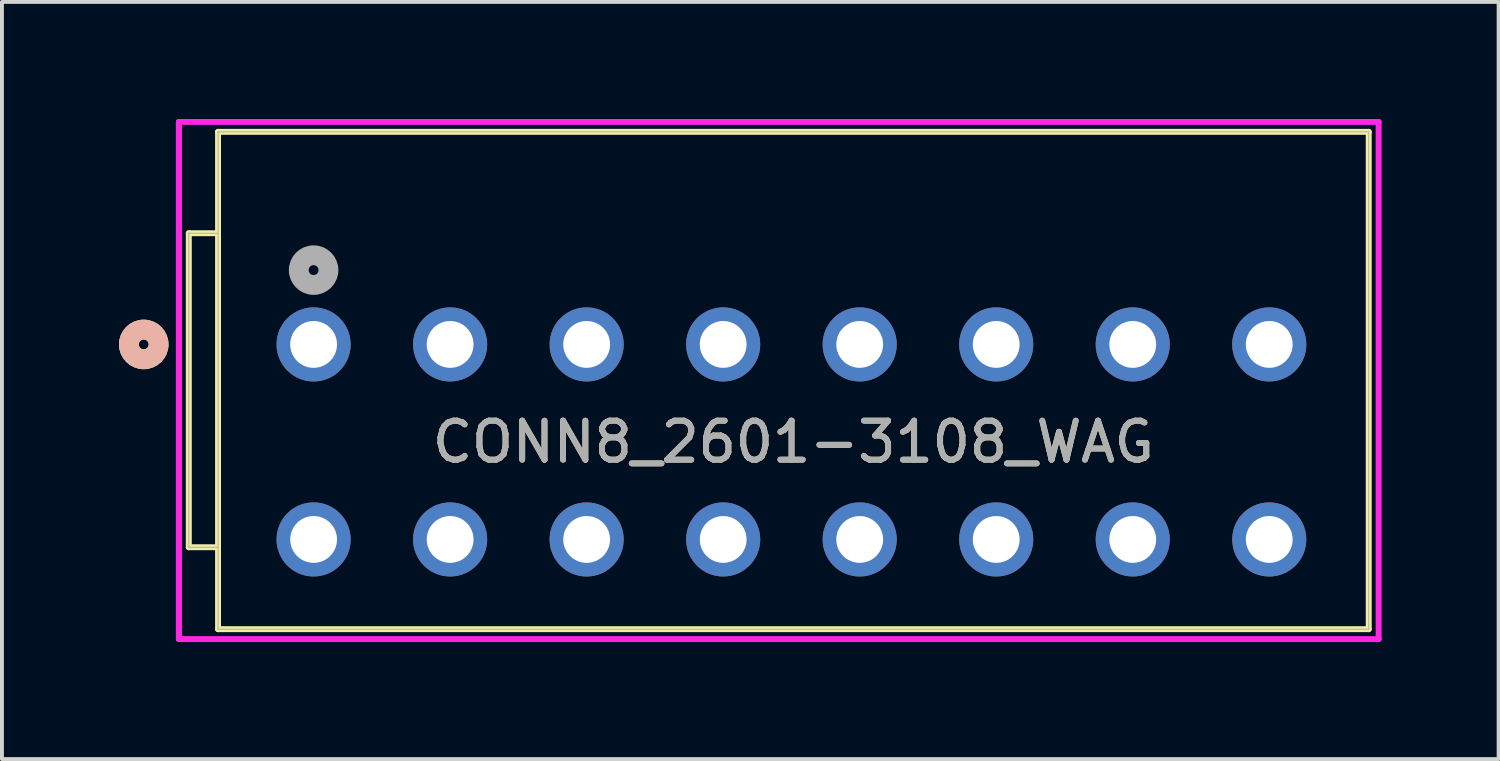
<source format=kicad_pcb>
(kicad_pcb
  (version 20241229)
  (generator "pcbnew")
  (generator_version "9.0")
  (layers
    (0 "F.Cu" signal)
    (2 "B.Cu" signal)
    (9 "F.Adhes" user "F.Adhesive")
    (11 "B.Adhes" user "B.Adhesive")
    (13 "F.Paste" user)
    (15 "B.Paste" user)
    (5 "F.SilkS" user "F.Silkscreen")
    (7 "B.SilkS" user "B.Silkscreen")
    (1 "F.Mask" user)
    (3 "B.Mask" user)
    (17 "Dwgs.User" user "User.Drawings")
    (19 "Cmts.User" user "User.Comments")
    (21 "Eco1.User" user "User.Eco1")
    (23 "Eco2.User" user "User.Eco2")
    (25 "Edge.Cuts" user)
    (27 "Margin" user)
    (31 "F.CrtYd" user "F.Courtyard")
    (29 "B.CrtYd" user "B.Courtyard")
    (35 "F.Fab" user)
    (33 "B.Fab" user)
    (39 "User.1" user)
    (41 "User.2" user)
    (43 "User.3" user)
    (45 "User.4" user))
  (footprint "CONN8_2601-3108_WAG"
    (layer "F.Cu")
    (at 4.99 5.78)
    (property "Reference" "CONN8_2601-3108_WAG" (at 12.3 2.5 0) (unlocked yes) (layer "F.SilkS") (effects (font (size 1 1) (thickness 0.15))))
    (attr through_hole)
    (fp_line (start -3.2 5.2) (end -3.2 -2.85) (stroke (width 0.152) (type solid)) (layer "F.SilkS"))
    (fp_line (start -2.45 -2.85) (end -3.2 -2.85) (stroke (width 0.152) (type solid)) (layer "F.SilkS"))
    (fp_line (start -2.45 5.2) (end -3.2 5.2) (stroke (width 0.152) (type solid)) (layer "F.SilkS"))
    (fp_line (start -2.45 -5.45) (end 27.05 -5.45) (stroke (width 0.152) (type solid)) (layer "F.SilkS"))
    (fp_line (start -2.45 7.3) (end -2.45 -5.45) (stroke (width 0.152) (type solid)) (layer "F.SilkS"))
    (fp_line (start -2.45 7.3) (end 27.05 7.3) (stroke (width 0.152) (type solid)) (layer "F.SilkS"))
    (fp_line (start 27.05 -5.45) (end 27.05 7.3) (stroke (width 0.152) (type solid)) (layer "F.SilkS"))
    (fp_circle (center -4.355 0) (end -3.974 0) (stroke (width 0.508) (type solid)) (fill no) (layer "F.SilkS"))
    (fp_circle (center -4.355 0) (end -3.974 0) (stroke (width 0.508) (type solid)) (fill no) (layer "B.SilkS"))
    (fp_line (start -3.454 -5.704) (end -3.454 7.554) (stroke (width 0.152) (type solid)) (layer "F.CrtYd"))
    (fp_line (start -3.454 -5.704) (end -3.454 7.554) (stroke (width 0.152) (type solid)) (layer "F.CrtYd"))
    (fp_line (start -3.454 7.554) (end 27.304 7.554) (stroke (width 0.152) (type solid)) (layer "F.CrtYd"))
    (fp_line (start 27.304 -5.704) (end -3.454 -5.704) (stroke (width 0.152) (type solid)) (layer "F.CrtYd"))
    (fp_line (start 27.304 7.554) (end 27.304 -5.704) (stroke (width 0.152) (type solid)) (layer "F.CrtYd"))
    (fp_line (start -3.2 5.2) (end -3.2 -2.85) (stroke (width 0.025) (type solid)) (layer "F.Fab"))
    (fp_line (start -2.45 -2.85) (end -3.2 -2.85) (stroke (width 0.025) (type solid)) (layer "F.Fab"))
    (fp_line (start -2.45 5.2) (end -3.2 5.2) (stroke (width 0.025) (type solid)) (layer "F.Fab"))
    (fp_line (start -2.45 -5.45) (end 27.05 -5.45) (stroke (width 0.025) (type solid)) (layer "F.Fab"))
    (fp_line (start -2.45 7.3) (end -2.45 -5.45) (stroke (width 0.025) (type solid)) (layer "F.Fab"))
    (fp_line (start -2.45 7.3) (end 27.05 7.3) (stroke (width 0.025) (type solid)) (layer "F.Fab"))
    (fp_line (start 27.05 -5.45) (end 27.05 7.3) (stroke (width 0.025) (type solid)) (layer "F.Fab"))
    (fp_circle (center 0 -1.905) (end 0.381 -1.905) (stroke (width 0.508) (type solid)) (fill no) (layer "F.Fab"))
    (fp_text user "${REFERENCE}" (at 12.3 2.5 0) (unlocked yes) (layer "F.Fab") (effects (font (size 1 1) (thickness 0.15))))
    (pad "1" thru_hole circle (at 0 0) (size 1.9 1.9) (drill 1.2) (layers "*.Cu" "*.Mask"))
    (pad "2" thru_hole circle (at 0 5) (size 1.9 1.9) (drill 1.2) (layers "*.Cu" "*.Mask"))
    (pad "3" thru_hole circle (at 3.5 0) (size 1.9 1.9) (drill 1.2) (layers "*.Cu" "*.Mask"))
    (pad "4" thru_hole circle (at 3.5 5) (size 1.9 1.9) (drill 1.2) (layers "*.Cu" "*.Mask"))
    (pad "5" thru_hole circle (at 7 0) (size 1.9 1.9) (drill 1.2) (layers "*.Cu" "*.Mask"))
    (pad "6" thru_hole circle (at 7 5) (size 1.9 1.9) (drill 1.2) (layers "*.Cu" "*.Mask"))
    (pad "7" thru_hole circle (at 10.5 0) (size 1.9 1.9) (drill 1.2) (layers "*.Cu" "*.Mask"))
    (pad "8" thru_hole circle (at 10.5 5) (size 1.9 1.9) (drill 1.2) (layers "*.Cu" "*.Mask"))
    (pad "9" thru_hole circle (at 14 0) (size 1.9 1.9) (drill 1.2) (layers "*.Cu" "*.Mask"))
    (pad "10" thru_hole circle (at 14 5) (size 1.9 1.9) (drill 1.2) (layers "*.Cu" "*.Mask"))
    (pad "11" thru_hole circle (at 17.5 0) (size 1.9 1.9) (drill 1.2) (layers "*.Cu" "*.Mask"))
    (pad "12" thru_hole circle (at 17.5 5) (size 1.9 1.9) (drill 1.2) (layers "*.Cu" "*.Mask"))
    (pad "13" thru_hole circle (at 21 0) (size 1.9 1.9) (drill 1.2) (layers "*.Cu" "*.Mask"))
    (pad "14" thru_hole circle (at 21 5) (size 1.9 1.9) (drill 1.2) (layers "*.Cu" "*.Mask"))
    (pad "15" thru_hole circle (at 24.5 0) (size 1.9 1.9) (drill 1.2) (layers "*.Cu" "*.Mask"))
    (pad "16" thru_hole circle (at 24.5 5) (size 1.9 1.9) (drill 1.2) (layers "*.Cu" "*.Mask")))
  (gr_rect
    (start -3 -3)
    (end 35.37 16.41)
    (stroke (width 0.1) (type default))
    (fill no)
    (layer "Edge.Cuts")))
</source>
